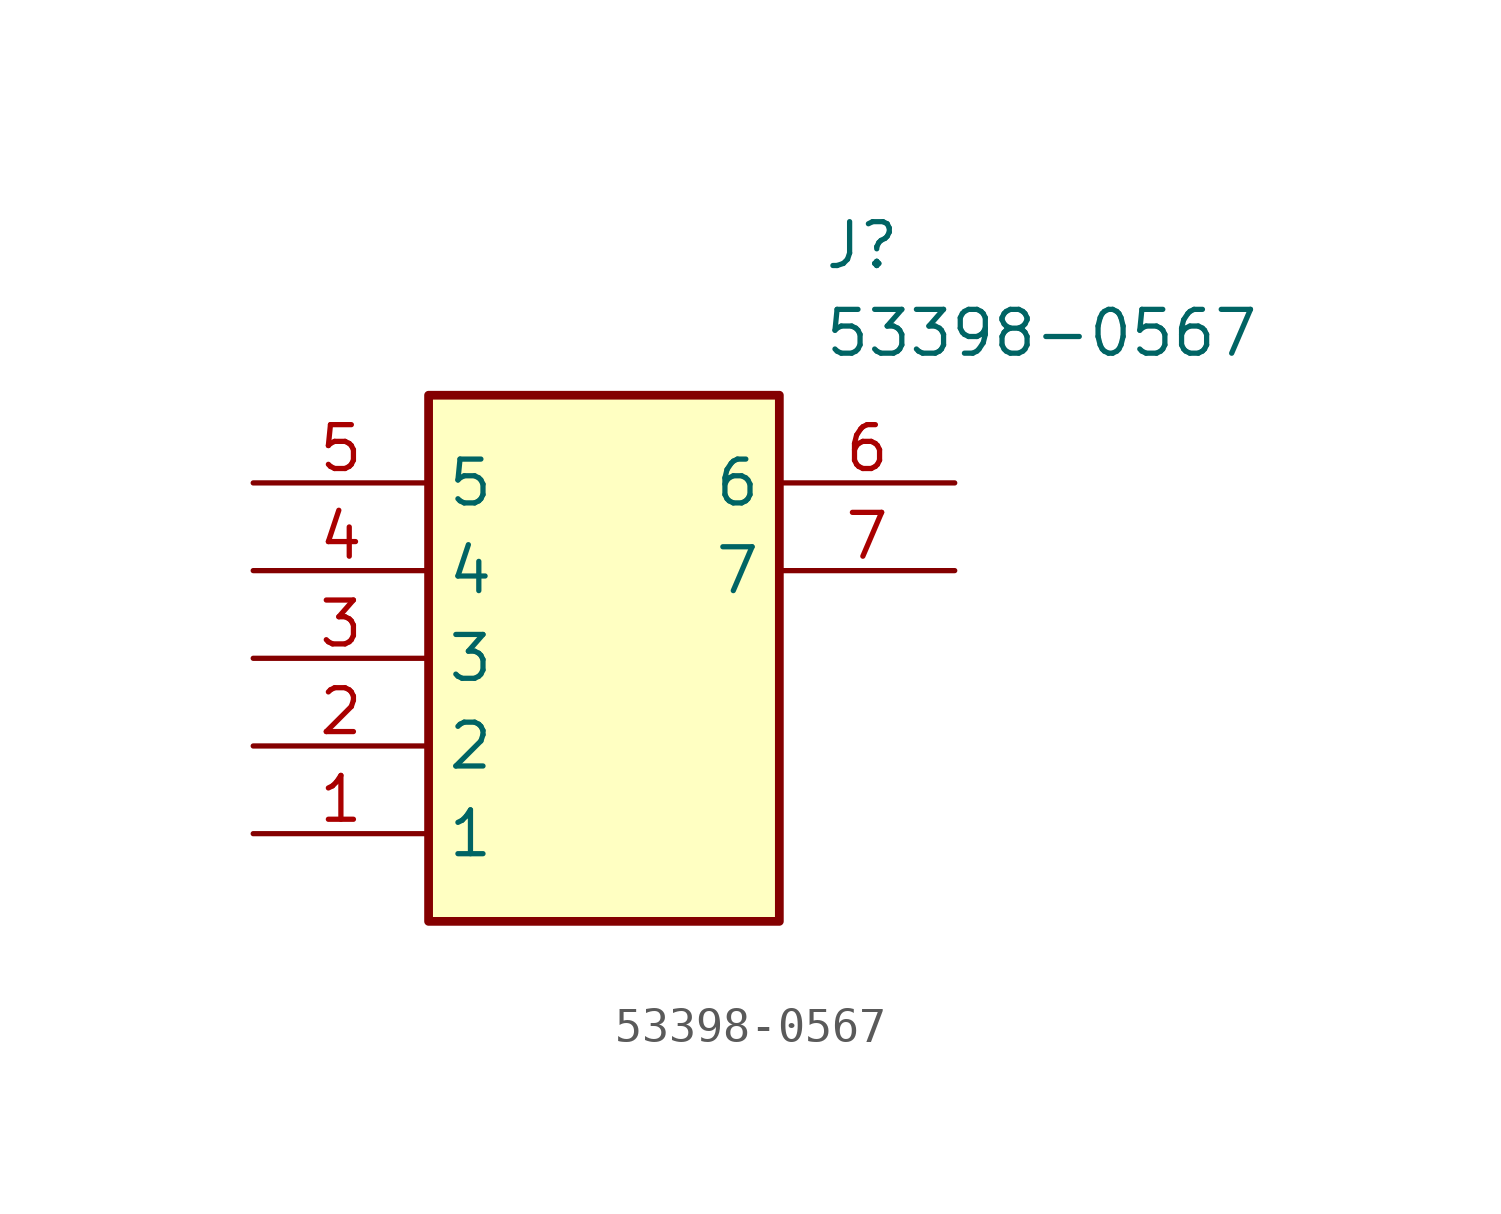
<source format=kicad_sym>
(kicad_symbol_lib
  (version 20231120)
  (generator "kicad_symbol_editor")
  (generator_version "8.0")
  (symbol "53398-0567"
    (property "Reference" "J"
      (at 16.51 7.62 0)
      (effects (font (size 1.27 1.27)) (justify left top)))
    (property "Value" "53398-0567"
      (at 16.51 5.08 0)
      (effects (font (size 1.27 1.27)) (justify left top)))
    (symbol "53398-0567_1_1"
      (rectangle (start 5.08 2.54) (end 15.24 -12.7) (stroke (width 0.254) (type default)) (fill (type background)))
      (pin passive line (at 0 -10.16 0) (length 5.08) (name "1" (effects (font (size 1.27 1.27)))) (number "1" (effects (font (size 1.27 1.27)))))
      (pin passive line (at 0 -7.62 0) (length 5.08) (name "2" (effects (font (size 1.27 1.27)))) (number "2" (effects (font (size 1.27 1.27)))))
      (pin passive line (at 0 -5.08 0) (length 5.08) (name "3" (effects (font (size 1.27 1.27)))) (number "3" (effects (font (size 1.27 1.27)))))
      (pin passive line (at 0 -2.54 0) (length 5.08) (name "4" (effects (font (size 1.27 1.27)))) (number "4" (effects (font (size 1.27 1.27)))))
      (pin passive line (at 0 0 0) (length 5.08) (name "5" (effects (font (size 1.27 1.27)))) (number "5" (effects (font (size 1.27 1.27)))))
      (pin passive line (at 20.32 0 180) (length 5.08) (name "6" (effects (font (size 1.27 1.27)))) (number "6" (effects (font (size 1.27 1.27)))))
      (pin passive line (at 20.32 -2.54 180) (length 5.08) (name "7" (effects (font (size 1.27 1.27)))) (number "7" (effects (font (size 1.27 1.27))))))))
</source>
